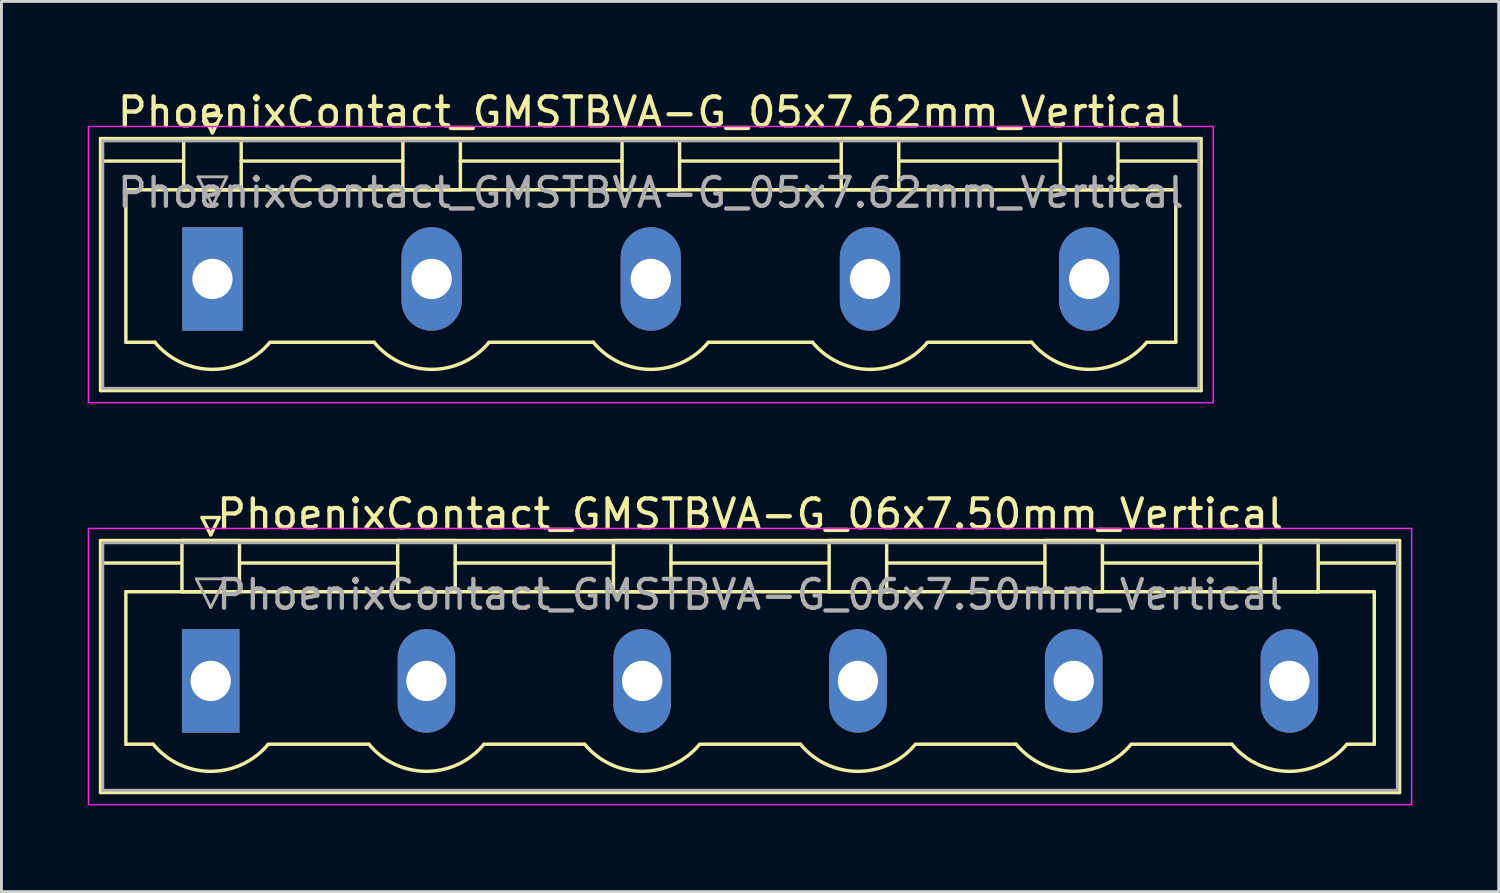
<source format=kicad_pcb>
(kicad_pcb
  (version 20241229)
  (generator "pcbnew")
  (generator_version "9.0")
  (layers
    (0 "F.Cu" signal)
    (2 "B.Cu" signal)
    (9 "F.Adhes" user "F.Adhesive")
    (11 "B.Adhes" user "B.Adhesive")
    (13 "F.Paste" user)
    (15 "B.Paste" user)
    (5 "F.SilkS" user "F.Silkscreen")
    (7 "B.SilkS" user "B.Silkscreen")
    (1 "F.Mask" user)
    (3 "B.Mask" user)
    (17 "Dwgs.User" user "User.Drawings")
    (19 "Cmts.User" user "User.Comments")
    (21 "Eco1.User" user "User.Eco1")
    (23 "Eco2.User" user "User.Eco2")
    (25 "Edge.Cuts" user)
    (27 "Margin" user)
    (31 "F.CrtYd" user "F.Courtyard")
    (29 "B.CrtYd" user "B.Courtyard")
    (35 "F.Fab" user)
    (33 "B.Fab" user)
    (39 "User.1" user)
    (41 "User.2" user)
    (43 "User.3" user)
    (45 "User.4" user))
  (footprint "PhoenixContact_GMSTBVA-G_06x7.50mm_Vertical"
    (layer "F.Cu")
    (at 4.275 20.622)
    (property "Reference" "PhoenixContact_GMSTBVA-G_06x7.50mm_Vertical" (at 18.75 -5.8 0) (layer "F.SilkS") (effects (font (size 1 1) (thickness 0.15))))
    (attr through_hole)
    (fp_line (start -3.83 -4.88) (end -3.83 3.88) (stroke (width 0.12) (type solid)) (layer "F.SilkS"))
    (fp_line (start -3.83 -4.1) (end -1.08 -4.1) (stroke (width 0.12) (type solid)) (layer "F.SilkS"))
    (fp_line (start -3.83 3.88) (end 41.33 3.88) (stroke (width 0.12) (type solid)) (layer "F.SilkS"))
    (fp_line (start -2.95 -3.1) (end 40.45 -3.1) (stroke (width 0.12) (type solid)) (layer "F.SilkS"))
    (fp_line (start -2.95 2.2) (end -2.95 -3.1) (stroke (width 0.12) (type solid)) (layer "F.SilkS"))
    (fp_line (start -2 2.2) (end -2.95 2.2) (stroke (width 0.12) (type solid)) (layer "F.SilkS"))
    (fp_line (start -1 -4.88) (end 1 -4.88) (stroke (width 0.12) (type solid)) (layer "F.SilkS"))
    (fp_line (start -1 -3.1) (end -1 -4.88) (stroke (width 0.12) (type solid)) (layer "F.SilkS"))
    (fp_line (start -0.3 -5.68) (end 0.3 -5.68) (stroke (width 0.12) (type solid)) (layer "F.SilkS"))
    (fp_line (start 0 -5.08) (end -0.3 -5.68) (stroke (width 0.12) (type solid)) (layer "F.SilkS"))
    (fp_line (start 0.3 -5.68) (end 0 -5.08) (stroke (width 0.12) (type solid)) (layer "F.SilkS"))
    (fp_line (start 1 -4.88) (end 1 -3.1) (stroke (width 0.12) (type solid)) (layer "F.SilkS"))
    (fp_line (start 1 -4.1) (end 6.5 -4.1) (stroke (width 0.12) (type solid)) (layer "F.SilkS"))
    (fp_line (start 1 -3.1) (end -1 -3.1) (stroke (width 0.12) (type solid)) (layer "F.SilkS"))
    (fp_line (start 2 2.2) (end 5.5 2.2) (stroke (width 0.12) (type solid)) (layer "F.SilkS"))
    (fp_line (start 6.5 -4.88) (end 8.5 -4.88) (stroke (width 0.12) (type solid)) (layer "F.SilkS"))
    (fp_line (start 6.5 -3.1) (end 6.5 -4.88) (stroke (width 0.12) (type solid)) (layer "F.SilkS"))
    (fp_line (start 8.5 -4.88) (end 8.5 -3.1) (stroke (width 0.12) (type solid)) (layer "F.SilkS"))
    (fp_line (start 8.5 -4.1) (end 14 -4.1) (stroke (width 0.12) (type solid)) (layer "F.SilkS"))
    (fp_line (start 8.5 -3.1) (end 6.5 -3.1) (stroke (width 0.12) (type solid)) (layer "F.SilkS"))
    (fp_line (start 9.5 2.2) (end 13 2.2) (stroke (width 0.12) (type solid)) (layer "F.SilkS"))
    (fp_line (start 14 -4.88) (end 16 -4.88) (stroke (width 0.12) (type solid)) (layer "F.SilkS"))
    (fp_line (start 14 -3.1) (end 14 -4.88) (stroke (width 0.12) (type solid)) (layer "F.SilkS"))
    (fp_line (start 16 -4.88) (end 16 -3.1) (stroke (width 0.12) (type solid)) (layer "F.SilkS"))
    (fp_line (start 16 -4.1) (end 21.5 -4.1) (stroke (width 0.12) (type solid)) (layer "F.SilkS"))
    (fp_line (start 16 -3.1) (end 14 -3.1) (stroke (width 0.12) (type solid)) (layer "F.SilkS"))
    (fp_line (start 17 2.2) (end 20.5 2.2) (stroke (width 0.12) (type solid)) (layer "F.SilkS"))
    (fp_line (start 21.5 -4.88) (end 23.5 -4.88) (stroke (width 0.12) (type solid)) (layer "F.SilkS"))
    (fp_line (start 21.5 -3.1) (end 21.5 -4.88) (stroke (width 0.12) (type solid)) (layer "F.SilkS"))
    (fp_line (start 23.5 -4.88) (end 23.5 -3.1) (stroke (width 0.12) (type solid)) (layer "F.SilkS"))
    (fp_line (start 23.5 -4.1) (end 29 -4.1) (stroke (width 0.12) (type solid)) (layer "F.SilkS"))
    (fp_line (start 23.5 -3.1) (end 21.5 -3.1) (stroke (width 0.12) (type solid)) (layer "F.SilkS"))
    (fp_line (start 24.5 2.2) (end 28 2.2) (stroke (width 0.12) (type solid)) (layer "F.SilkS"))
    (fp_line (start 29 -4.88) (end 31 -4.88) (stroke (width 0.12) (type solid)) (layer "F.SilkS"))
    (fp_line (start 29 -3.1) (end 29 -4.88) (stroke (width 0.12) (type solid)) (layer "F.SilkS"))
    (fp_line (start 31 -4.88) (end 31 -3.1) (stroke (width 0.12) (type solid)) (layer "F.SilkS"))
    (fp_line (start 31 -4.1) (end 36.5 -4.1) (stroke (width 0.12) (type solid)) (layer "F.SilkS"))
    (fp_line (start 31 -3.1) (end 29 -3.1) (stroke (width 0.12) (type solid)) (layer "F.SilkS"))
    (fp_line (start 32 2.2) (end 35.5 2.2) (stroke (width 0.12) (type solid)) (layer "F.SilkS"))
    (fp_line (start 36.5 -4.88) (end 38.5 -4.88) (stroke (width 0.12) (type solid)) (layer "F.SilkS"))
    (fp_line (start 36.5 -3.1) (end 36.5 -4.88) (stroke (width 0.12) (type solid)) (layer "F.SilkS"))
    (fp_line (start 38.5 -4.88) (end 38.5 -3.1) (stroke (width 0.12) (type solid)) (layer "F.SilkS"))
    (fp_line (start 38.5 -3.1) (end 36.5 -3.1) (stroke (width 0.12) (type solid)) (layer "F.SilkS"))
    (fp_line (start 40.45 -3.1) (end 40.45 2.2) (stroke (width 0.12) (type solid)) (layer "F.SilkS"))
    (fp_line (start 40.45 2.2) (end 39.5 2.2) (stroke (width 0.12) (type solid)) (layer "F.SilkS"))
    (fp_line (start 41.33 -4.88) (end -3.83 -4.88) (stroke (width 0.12) (type solid)) (layer "F.SilkS"))
    (fp_line (start 41.33 -4.1) (end 38.58 -4.1) (stroke (width 0.12) (type solid)) (layer "F.SilkS"))
    (fp_line (start 41.33 3.88) (end 41.33 -4.88) (stroke (width 0.12) (type solid)) (layer "F.SilkS"))
    (fp_arc (start 1.986842 2.215821) (mid -0.010289 3.142758) (end -2 2.2) (stroke (width 0.12) (type solid)) (layer "F.SilkS"))
    (fp_arc (start 9.486842 2.215821) (mid 7.489711 3.142758) (end 5.5 2.2) (stroke (width 0.12) (type solid)) (layer "F.SilkS"))
    (fp_arc (start 16.986842 2.215821) (mid 14.989711 3.142758) (end 13 2.2) (stroke (width 0.12) (type solid)) (layer "F.SilkS"))
    (fp_arc (start 24.486842 2.215821) (mid 22.489711 3.142758) (end 20.5 2.2) (stroke (width 0.12) (type solid)) (layer "F.SilkS"))
    (fp_arc (start 31.986842 2.215821) (mid 29.989711 3.142758) (end 28 2.2) (stroke (width 0.12) (type solid)) (layer "F.SilkS"))
    (fp_arc (start 39.486842 2.215821) (mid 37.489711 3.142758) (end 35.5 2.2) (stroke (width 0.12) (type solid)) (layer "F.SilkS"))
    (fp_line (start -4.25 -5.3) (end -4.25 4.3) (stroke (width 0.05) (type solid)) (layer "F.CrtYd"))
    (fp_line (start -4.25 4.3) (end 41.75 4.3) (stroke (width 0.05) (type solid)) (layer "F.CrtYd"))
    (fp_line (start 41.75 -5.3) (end -4.25 -5.3) (stroke (width 0.05) (type solid)) (layer "F.CrtYd"))
    (fp_line (start 41.75 4.3) (end 41.75 -5.3) (stroke (width 0.05) (type solid)) (layer "F.CrtYd"))
    (fp_line (start -3.75 -4.8) (end -3.75 3.8) (stroke (width 0.1) (type solid)) (layer "F.Fab"))
    (fp_line (start -3.75 3.8) (end 41.25 3.8) (stroke (width 0.1) (type solid)) (layer "F.Fab"))
    (fp_line (start -0.5 -3.55) (end 0.5 -3.55) (stroke (width 0.1) (type solid)) (layer "F.Fab"))
    (fp_line (start 0 -2.55) (end -0.5 -3.55) (stroke (width 0.1) (type solid)) (layer "F.Fab"))
    (fp_line (start 0.5 -3.55) (end 0 -2.55) (stroke (width 0.1) (type solid)) (layer "F.Fab"))
    (fp_line (start 41.25 -4.8) (end -3.75 -4.8) (stroke (width 0.1) (type solid)) (layer "F.Fab"))
    (fp_line (start 41.25 3.8) (end 41.25 -4.8) (stroke (width 0.1) (type solid)) (layer "F.Fab"))
    (fp_text user "${REFERENCE}" (at 18.75 -3 0) (layer "F.Fab") (effects (font (size 1 1) (thickness 0.15))))
    (pad "1" thru_hole rect (at 0 0) (size 2 3.6) (drill 1.4) (layers "*.Cu" "*.Mask"))
    (pad "2" thru_hole oval (at 7.5 0) (size 2 3.6) (drill 1.4) (layers "*.Cu" "*.Mask"))
    (pad "3" thru_hole oval (at 15 0) (size 2 3.6) (drill 1.4) (layers "*.Cu" "*.Mask"))
    (pad "4" thru_hole oval (at 22.5 0) (size 2 3.6) (drill 1.4) (layers "*.Cu" "*.Mask"))
    (pad "5" thru_hole oval (at 30 0) (size 2 3.6) (drill 1.4) (layers "*.Cu" "*.Mask"))
    (pad "6" thru_hole oval (at 37.5 0) (size 2 3.6) (drill 1.4) (layers "*.Cu" "*.Mask")))
  (footprint "PhoenixContact_GMSTBVA-G_05x7.62mm_Vertical"
    (layer "F.Cu")
    (at 4.335 6.648)
    (property "Reference" "PhoenixContact_GMSTBVA-G_05x7.62mm_Vertical" (at 15.24 -5.8 0) (layer "F.SilkS") (effects (font (size 1 1) (thickness 0.15))))
    (attr through_hole)
    (fp_line (start -3.89 -4.88) (end -3.89 3.88) (stroke (width 0.12) (type solid)) (layer "F.SilkS"))
    (fp_line (start -3.89 -4.1) (end -1.08 -4.1) (stroke (width 0.12) (type solid)) (layer "F.SilkS"))
    (fp_line (start -3.89 3.88) (end 34.37 3.88) (stroke (width 0.12) (type solid)) (layer "F.SilkS"))
    (fp_line (start -3.01 -3.1) (end 33.49 -3.1) (stroke (width 0.12) (type solid)) (layer "F.SilkS"))
    (fp_line (start -3.01 2.2) (end -3.01 -3.1) (stroke (width 0.12) (type solid)) (layer "F.SilkS"))
    (fp_line (start -2 2.2) (end -3.01 2.2) (stroke (width 0.12) (type solid)) (layer "F.SilkS"))
    (fp_line (start -1 -4.88) (end 1 -4.88) (stroke (width 0.12) (type solid)) (layer "F.SilkS"))
    (fp_line (start -1 -3.1) (end -1 -4.88) (stroke (width 0.12) (type solid)) (layer "F.SilkS"))
    (fp_line (start -0.3 -5.68) (end 0.3 -5.68) (stroke (width 0.12) (type solid)) (layer "F.SilkS"))
    (fp_line (start 0 -5.08) (end -0.3 -5.68) (stroke (width 0.12) (type solid)) (layer "F.SilkS"))
    (fp_line (start 0.3 -5.68) (end 0 -5.08) (stroke (width 0.12) (type solid)) (layer "F.SilkS"))
    (fp_line (start 1 -4.88) (end 1 -3.1) (stroke (width 0.12) (type solid)) (layer "F.SilkS"))
    (fp_line (start 1 -4.1) (end 6.62 -4.1) (stroke (width 0.12) (type solid)) (layer "F.SilkS"))
    (fp_line (start 1 -3.1) (end -1 -3.1) (stroke (width 0.12) (type solid)) (layer "F.SilkS"))
    (fp_line (start 2 2.2) (end 5.62 2.2) (stroke (width 0.12) (type solid)) (layer "F.SilkS"))
    (fp_line (start 6.62 -4.88) (end 8.62 -4.88) (stroke (width 0.12) (type solid)) (layer "F.SilkS"))
    (fp_line (start 6.62 -3.1) (end 6.62 -4.88) (stroke (width 0.12) (type solid)) (layer "F.SilkS"))
    (fp_line (start 8.62 -4.88) (end 8.62 -3.1) (stroke (width 0.12) (type solid)) (layer "F.SilkS"))
    (fp_line (start 8.62 -4.1) (end 14.24 -4.1) (stroke (width 0.12) (type solid)) (layer "F.SilkS"))
    (fp_line (start 8.62 -3.1) (end 6.62 -3.1) (stroke (width 0.12) (type solid)) (layer "F.SilkS"))
    (fp_line (start 9.62 2.2) (end 13.24 2.2) (stroke (width 0.12) (type solid)) (layer "F.SilkS"))
    (fp_line (start 14.24 -4.88) (end 16.24 -4.88) (stroke (width 0.12) (type solid)) (layer "F.SilkS"))
    (fp_line (start 14.24 -3.1) (end 14.24 -4.88) (stroke (width 0.12) (type solid)) (layer "F.SilkS"))
    (fp_line (start 16.24 -4.88) (end 16.24 -3.1) (stroke (width 0.12) (type solid)) (layer "F.SilkS"))
    (fp_line (start 16.24 -4.1) (end 21.86 -4.1) (stroke (width 0.12) (type solid)) (layer "F.SilkS"))
    (fp_line (start 16.24 -3.1) (end 14.24 -3.1) (stroke (width 0.12) (type solid)) (layer "F.SilkS"))
    (fp_line (start 17.24 2.2) (end 20.86 2.2) (stroke (width 0.12) (type solid)) (layer "F.SilkS"))
    (fp_line (start 21.86 -4.88) (end 23.86 -4.88) (stroke (width 0.12) (type solid)) (layer "F.SilkS"))
    (fp_line (start 21.86 -3.1) (end 21.86 -4.88) (stroke (width 0.12) (type solid)) (layer "F.SilkS"))
    (fp_line (start 23.86 -4.88) (end 23.86 -3.1) (stroke (width 0.12) (type solid)) (layer "F.SilkS"))
    (fp_line (start 23.86 -4.1) (end 29.48 -4.1) (stroke (width 0.12) (type solid)) (layer "F.SilkS"))
    (fp_line (start 23.86 -3.1) (end 21.86 -3.1) (stroke (width 0.12) (type solid)) (layer "F.SilkS"))
    (fp_line (start 24.86 2.2) (end 28.48 2.2) (stroke (width 0.12) (type solid)) (layer "F.SilkS"))
    (fp_line (start 29.48 -4.88) (end 31.48 -4.88) (stroke (width 0.12) (type solid)) (layer "F.SilkS"))
    (fp_line (start 29.48 -3.1) (end 29.48 -4.88) (stroke (width 0.12) (type solid)) (layer "F.SilkS"))
    (fp_line (start 31.48 -4.88) (end 31.48 -3.1) (stroke (width 0.12) (type solid)) (layer "F.SilkS"))
    (fp_line (start 31.48 -3.1) (end 29.48 -3.1) (stroke (width 0.12) (type solid)) (layer "F.SilkS"))
    (fp_line (start 33.49 -3.1) (end 33.49 2.2) (stroke (width 0.12) (type solid)) (layer "F.SilkS"))
    (fp_line (start 33.49 2.2) (end 32.48 2.2) (stroke (width 0.12) (type solid)) (layer "F.SilkS"))
    (fp_line (start 34.37 -4.88) (end -3.89 -4.88) (stroke (width 0.12) (type solid)) (layer "F.SilkS"))
    (fp_line (start 34.37 -4.1) (end 31.56 -4.1) (stroke (width 0.12) (type solid)) (layer "F.SilkS"))
    (fp_line (start 34.37 3.88) (end 34.37 -4.88) (stroke (width 0.12) (type solid)) (layer "F.SilkS"))
    (fp_arc (start 1.986842 2.215821) (mid -0.010289 3.142758) (end -2 2.2) (stroke (width 0.12) (type solid)) (layer "F.SilkS"))
    (fp_arc (start 9.606842 2.215821) (mid 7.609711 3.142758) (end 5.62 2.2) (stroke (width 0.12) (type solid)) (layer "F.SilkS"))
    (fp_arc (start 17.226842 2.215821) (mid 15.229711 3.142758) (end 13.24 2.2) (stroke (width 0.12) (type solid)) (layer "F.SilkS"))
    (fp_arc (start 24.846842 2.215821) (mid 22.849711 3.142758) (end 20.86 2.2) (stroke (width 0.12) (type solid)) (layer "F.SilkS"))
    (fp_arc (start 32.466842 2.215821) (mid 30.469711 3.142758) (end 28.48 2.2) (stroke (width 0.12) (type solid)) (layer "F.SilkS"))
    (fp_line (start -4.31 -5.3) (end -4.31 4.3) (stroke (width 0.05) (type solid)) (layer "F.CrtYd"))
    (fp_line (start -4.31 4.3) (end 34.79 4.3) (stroke (width 0.05) (type solid)) (layer "F.CrtYd"))
    (fp_line (start 34.79 -5.3) (end -4.31 -5.3) (stroke (width 0.05) (type solid)) (layer "F.CrtYd"))
    (fp_line (start 34.79 4.3) (end 34.79 -5.3) (stroke (width 0.05) (type solid)) (layer "F.CrtYd"))
    (fp_line (start -3.81 -4.8) (end -3.81 3.8) (stroke (width 0.1) (type solid)) (layer "F.Fab"))
    (fp_line (start -3.81 3.8) (end 34.29 3.8) (stroke (width 0.1) (type solid)) (layer "F.Fab"))
    (fp_line (start -0.5 -3.55) (end 0.5 -3.55) (stroke (width 0.1) (type solid)) (layer "F.Fab"))
    (fp_line (start 0 -2.55) (end -0.5 -3.55) (stroke (width 0.1) (type solid)) (layer "F.Fab"))
    (fp_line (start 0.5 -3.55) (end 0 -2.55) (stroke (width 0.1) (type solid)) (layer "F.Fab"))
    (fp_line (start 34.29 -4.8) (end -3.81 -4.8) (stroke (width 0.1) (type solid)) (layer "F.Fab"))
    (fp_line (start 34.29 3.8) (end 34.29 -4.8) (stroke (width 0.1) (type solid)) (layer "F.Fab"))
    (fp_text user "${REFERENCE}" (at 15.24 -3 0) (layer "F.Fab") (effects (font (size 1 1) (thickness 0.15))))
    (pad "1" thru_hole rect (at 0 0) (size 2.1 3.6) (drill 1.4) (layers "*.Cu" "*.Mask"))
    (pad "2" thru_hole oval (at 7.62 0) (size 2.1 3.6) (drill 1.4) (layers "*.Cu" "*.Mask"))
    (pad "3" thru_hole oval (at 15.24 0) (size 2.1 3.6) (drill 1.4) (layers "*.Cu" "*.Mask"))
    (pad "4" thru_hole oval (at 22.86 0) (size 2.1 3.6) (drill 1.4) (layers "*.Cu" "*.Mask"))
    (pad "5" thru_hole oval (at 30.48 0) (size 2.1 3.6) (drill 1.4) (layers "*.Cu" "*.Mask")))
  (gr_rect
    (start -3 -3)
    (end 49.05 27.947)
    (stroke (width 0.1) (type default))
    (fill no)
    (layer "Edge.Cuts")))
</source>
